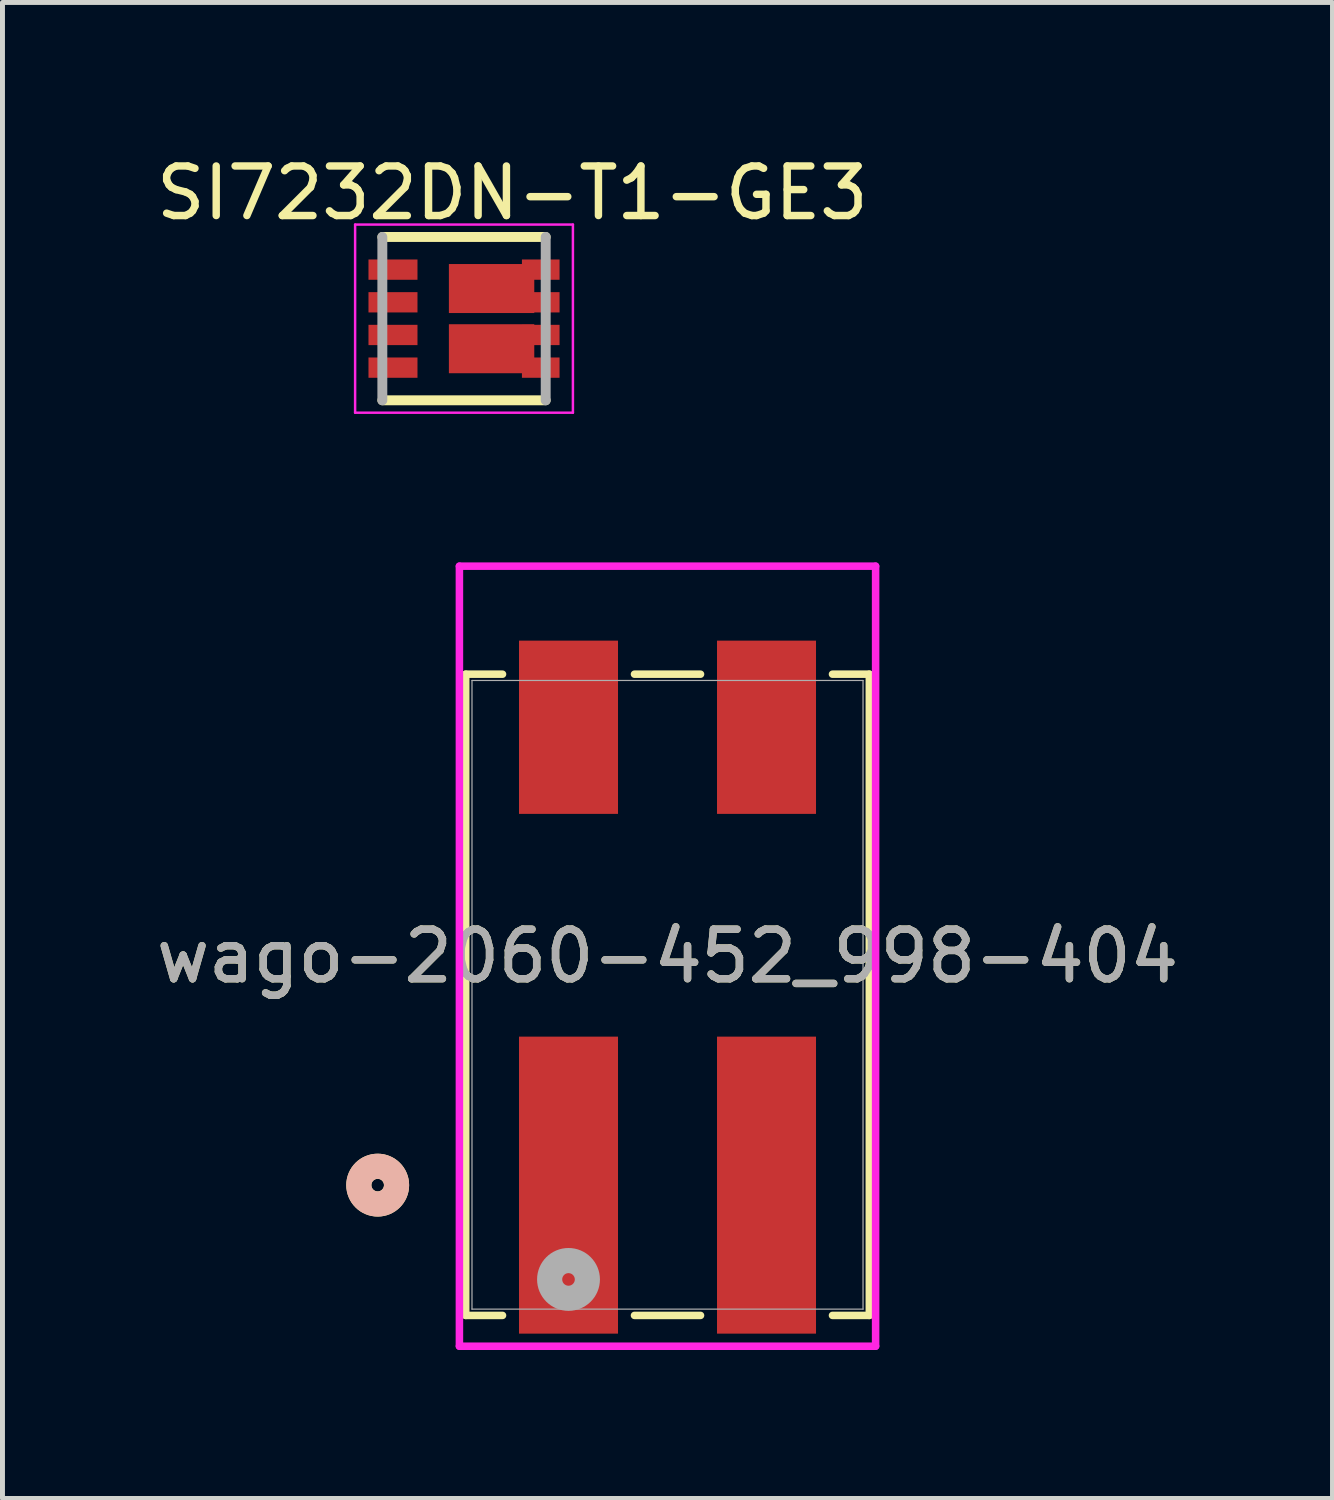
<source format=kicad_pcb>
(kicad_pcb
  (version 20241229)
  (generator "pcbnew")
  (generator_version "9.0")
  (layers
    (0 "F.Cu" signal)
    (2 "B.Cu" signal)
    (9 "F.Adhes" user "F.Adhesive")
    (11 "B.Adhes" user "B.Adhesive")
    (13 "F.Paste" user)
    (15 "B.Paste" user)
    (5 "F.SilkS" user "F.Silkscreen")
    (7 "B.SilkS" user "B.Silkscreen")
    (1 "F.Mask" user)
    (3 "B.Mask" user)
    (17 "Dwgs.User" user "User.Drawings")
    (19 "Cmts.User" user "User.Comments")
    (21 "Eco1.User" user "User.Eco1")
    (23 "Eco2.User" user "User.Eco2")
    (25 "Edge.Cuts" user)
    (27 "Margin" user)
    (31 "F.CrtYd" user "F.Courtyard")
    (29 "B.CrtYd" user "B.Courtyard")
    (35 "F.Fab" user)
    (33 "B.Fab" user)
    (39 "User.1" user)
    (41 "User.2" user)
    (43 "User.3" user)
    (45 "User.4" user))
  (footprint "wago-2060-452_998-404"
    (layer "F.Cu")
    (at 10.435 17.047)
    (property "Reference" "wago-2060-452_998-404" (at 0 -0.78 0) (unlocked yes) (layer "F.SilkS") (effects (font (size 1 1) (thickness 0.15))))
    (attr smd)
    (fp_line (start -4.077 -6.477) (end -4.077 6.477) (stroke (width 0.152) (type solid)) (layer "F.SilkS"))
    (fp_line (start -4.077 6.477) (end -3.333 6.477) (stroke (width 0.152) (type solid)) (layer "F.SilkS"))
    (fp_line (start -3.333 -6.477) (end -4.077 -6.477) (stroke (width 0.152) (type solid)) (layer "F.SilkS"))
    (fp_line (start -0.667 6.477) (end 0.667 6.477) (stroke (width 0.152) (type solid)) (layer "F.SilkS"))
    (fp_line (start 0.667 -6.477) (end -0.667 -6.477) (stroke (width 0.152) (type solid)) (layer "F.SilkS"))
    (fp_line (start 3.333 6.477) (end 4.077 6.477) (stroke (width 0.152) (type solid)) (layer "F.SilkS"))
    (fp_line (start 4.077 -6.477) (end 3.333 -6.477) (stroke (width 0.152) (type solid)) (layer "F.SilkS"))
    (fp_line (start 4.077 6.477) (end 4.077 -6.477) (stroke (width 0.152) (type solid)) (layer "F.SilkS"))
    (fp_circle (center -5.855 3.845) (end -5.474 3.845) (stroke (width 0.508) (type solid)) (fill no) (layer "F.SilkS"))
    (fp_circle (center -5.855 3.845) (end -5.474 3.845) (stroke (width 0.508) (type solid)) (fill no) (layer "B.SilkS"))
    (fp_poly (pts (xy -2 -5.494) (xy -1.949 -5.494) (xy -1.949 -5.405) (xy -2 -5.405)) (stroke (width 0) (type solid)) (fill yes) (layer "F.Paste"))
    (fp_poly (pts (xy -2 3.756) (xy -1.949 3.756) (xy -1.949 3.845) (xy -2 3.845)) (stroke (width 0) (type solid)) (fill yes) (layer "F.Paste"))
    (fp_poly (pts (xy 2 -5.494) (xy 2.051 -5.494) (xy 2.051 -5.405) (xy 2 -5.405)) (stroke (width 0) (type solid)) (fill yes) (layer "F.Paste"))
    (fp_poly (pts (xy 2 3.756) (xy 2.051 3.756) (xy 2.051 3.845) (xy 2 3.845)) (stroke (width 0) (type solid)) (fill yes) (layer "F.Paste"))
    (fp_line (start -4.204 -8.659) (end -4.204 7.099) (stroke (width 0.152) (type solid)) (layer "F.CrtYd"))
    (fp_line (start -4.204 7.099) (end 4.204 7.099) (stroke (width 0.152) (type solid)) (layer "F.CrtYd"))
    (fp_line (start 4.204 -8.659) (end -4.204 -8.659) (stroke (width 0.152) (type solid)) (layer "F.CrtYd"))
    (fp_line (start 4.204 7.099) (end 4.204 -8.659) (stroke (width 0.152) (type solid)) (layer "F.CrtYd"))
    (fp_line (start -3.95 -6.35) (end -3.95 6.35) (stroke (width 0.025) (type solid)) (layer "F.Fab"))
    (fp_line (start -3.95 6.35) (end 3.95 6.35) (stroke (width 0.025) (type solid)) (layer "F.Fab"))
    (fp_line (start 3.95 -6.35) (end -3.95 -6.35) (stroke (width 0.025) (type solid)) (layer "F.Fab"))
    (fp_line (start 3.95 6.35) (end 3.95 -6.35) (stroke (width 0.025) (type solid)) (layer "F.Fab"))
    (fp_circle (center -2 5.75) (end -1.619 5.75) (stroke (width 0.508) (type solid)) (fill no) (layer "F.Fab"))
    (fp_text user "${REFERENCE}" (at 0 -0.78 0) (unlocked yes) (layer "F.Fab") (effects (font (size 1 1) (thickness 0.15))))
    (pad "1" smd rect (at -2 3.845) (size 2 6) (layers "F.Cu" "F.Mask"))
    (pad "2" smd rect (at -2 -5.405) (size 2 3.5) (layers "F.Cu" "F.Mask"))
    (pad "3" smd rect (at 2 3.845) (size 2 6) (layers "F.Cu" "F.Mask"))
    (pad "4" smd rect (at 2 -5.405) (size 2 3.5) (layers "F.Cu" "F.Mask")))
  (footprint "SI7232DN-T1-GE3"
    (layer "F.Cu")
    (at 6.324 3.387)
    (property "Reference" "SI7232DN-T1-GE3" (at 0.976 -2.538 0) (layer "F.SilkS") (effects (font (size 1.001 1.001) (thickness 0.15))))
    (attr smd)
    (fp_line (start -1.65 -1.65) (end 1.65 -1.65) (stroke (width 0.2) (type solid)) (layer "F.SilkS"))
    (fp_line (start -1.65 1.65) (end 1.65 1.65) (stroke (width 0.2) (type solid)) (layer "F.SilkS"))
    (fp_line (start -2.2 -1.9) (end 2.2 -1.9) (stroke (width 0.05) (type solid)) (layer "F.CrtYd"))
    (fp_line (start -2.2 1.9) (end -2.2 -1.9) (stroke (width 0.05) (type solid)) (layer "F.CrtYd"))
    (fp_line (start 2.2 -1.9) (end 2.2 1.9) (stroke (width 0.05) (type solid)) (layer "F.CrtYd"))
    (fp_line (start 2.2 1.9) (end -2.2 1.9) (stroke (width 0.05) (type solid)) (layer "F.CrtYd"))
    (fp_line (start -1.65 -1.65) (end -1.65 1.65) (stroke (width 0.2) (type solid)) (layer "F.Fab"))
    (fp_line (start 1.65 -1.65) (end 1.65 1.65) (stroke (width 0.2) (type solid)) (layer "F.Fab"))
    (pad "1" smd rect (at -1.435 -0.99) (size 0.99 0.41) (layers "F.Cu" "F.Mask" "F.Paste"))
    (pad "2" smd rect (at -1.435 -0.33) (size 0.99 0.41) (layers "F.Cu" "F.Mask" "F.Paste"))
    (pad "3" smd rect (at -1.435 0.33) (size 0.99 0.41) (layers "F.Cu" "F.Mask" "F.Paste"))
    (pad "4" smd rect (at -1.435 0.99) (size 0.99 0.41) (layers "F.Cu" "F.Mask" "F.Paste"))
    (pad "5" smd rect (at 1.55 0.99) (size 0.76 0.41) (layers "F.Cu" "F.Mask" "F.Paste"))
    (pad "6" smd rect (at 0.557 0.608) (size 1.725 0.99) (layers "F.Cu" "F.Mask" "F.Paste"))
    (pad "6" smd rect (at 1.55 0.33) (size 0.76 0.41) (layers "F.Cu" "F.Mask" "F.Paste"))
    (pad "7" smd rect (at 1.55 -0.33) (size 0.76 0.41) (layers "F.Cu" "F.Mask" "F.Paste"))
    (pad "8" smd rect (at 0.557 -0.608) (size 1.725 0.99) (layers "F.Cu" "F.Mask" "F.Paste"))
    (pad "8" smd rect (at 1.55 -0.99) (size 0.76 0.41) (layers "F.Cu" "F.Mask" "F.Paste")))
  (gr_rect
    (start -3 -3)
    (end 23.869 27.222)
    (stroke (width 0.1) (type default))
    (fill no)
    (layer "Edge.Cuts")))
</source>
